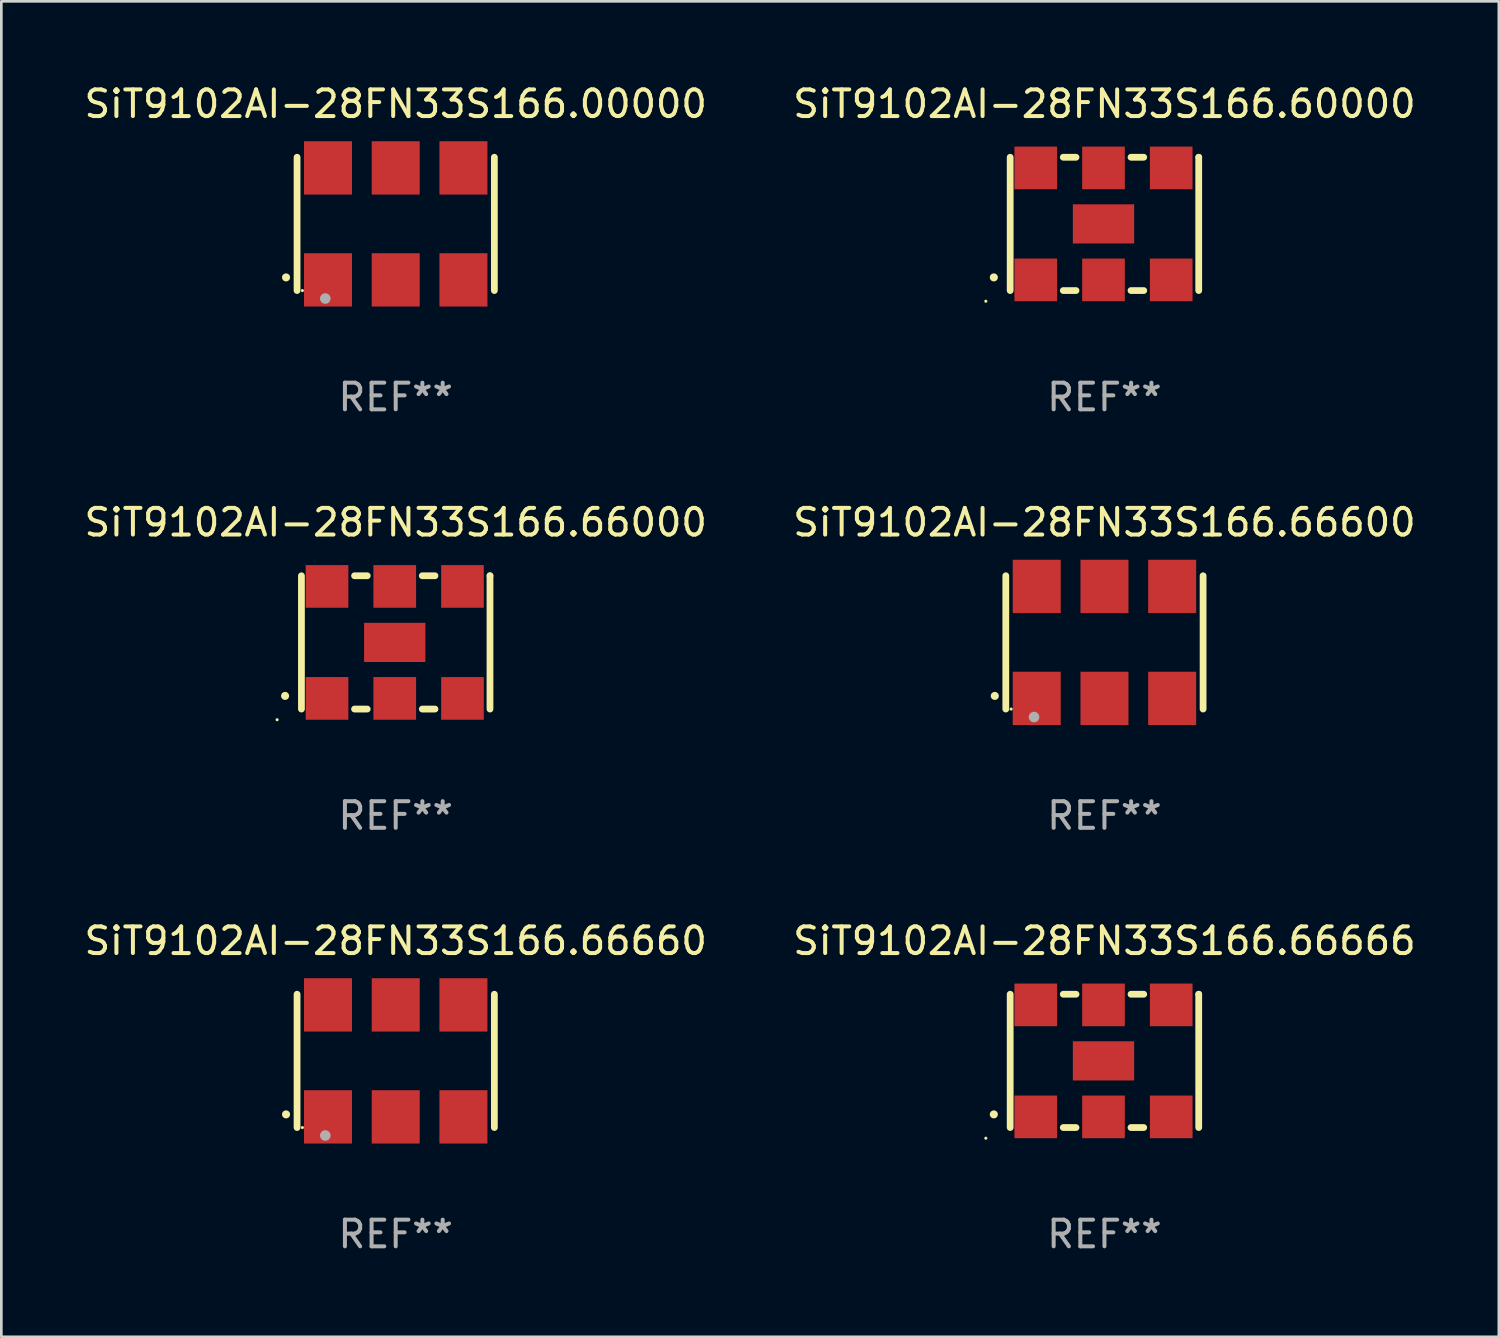
<source format=kicad_pcb>
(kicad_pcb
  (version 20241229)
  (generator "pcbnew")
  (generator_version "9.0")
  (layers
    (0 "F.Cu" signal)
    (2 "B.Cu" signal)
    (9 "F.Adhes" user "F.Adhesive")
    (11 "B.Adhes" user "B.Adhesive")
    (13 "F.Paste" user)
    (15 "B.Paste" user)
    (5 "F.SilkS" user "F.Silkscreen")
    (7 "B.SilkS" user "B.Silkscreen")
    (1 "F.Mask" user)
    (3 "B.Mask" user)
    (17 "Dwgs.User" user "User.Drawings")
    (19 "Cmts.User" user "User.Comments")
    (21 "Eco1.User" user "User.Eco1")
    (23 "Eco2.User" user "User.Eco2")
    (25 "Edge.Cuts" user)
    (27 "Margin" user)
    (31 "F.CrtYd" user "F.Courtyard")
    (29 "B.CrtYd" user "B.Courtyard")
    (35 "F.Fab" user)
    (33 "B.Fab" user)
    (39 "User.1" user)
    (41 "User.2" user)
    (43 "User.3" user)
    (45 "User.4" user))
  (footprint "SiT9102AI-28FN33S166.66600"
    (layer "F.Cu")
    (at 38.375 21.045)
    (property "Reference" "SiT9102AI-28FN33S166.66600" (at 0 -4.5 0) (layer "F.SilkS") (effects (font (size 1 1) (thickness 0.15))))
    (attr through_hole)
    (fp_line (start -3.7 -2.5) (end -3.7 2.5) (stroke (width 0.254) (type solid)) (layer "F.SilkS"))
    (fp_line (start 3.7 -2.5) (end 3.7 2.5) (stroke (width 0.254) (type solid)) (layer "F.SilkS"))
    (fp_arc (start -4.114415 2.006604) (mid -4.113145 2.006599) (end -4.111875 2.006604) (stroke (width 0.3) (type solid)) (layer "F.SilkS"))
    (fp_circle (center -3.5 2.501) (end -3.47 2.501) (stroke (width 0.06) (type solid)) (fill no) (layer "F.SilkS"))
    (fp_circle (center -2.641 2.799) (end -2.541 2.799) (stroke (width 0.2) (type solid)) (fill no) (layer "F.Fab"))
    (fp_text user "REF**" (at 0 6.5 0) (layer "F.Fab") (effects (font (size 1 1) (thickness 0.15))))
    (pad "1" smd rect (at -2.54 2.1) (size 1.8 2) (layers "F.Cu" "F.Mask" "F.Paste"))
    (pad "2" smd rect (at 0.000394 2.1) (size 1.8 2) (layers "F.Cu" "F.Mask" "F.Paste"))
    (pad "3" smd rect (at 2.54 2.1) (size 1.8 2) (layers "F.Cu" "F.Mask" "F.Paste"))
    (pad "4" smd rect (at 2.54 -2.1) (size 1.8 2) (layers "F.Cu" "F.Mask" "F.Paste"))
    (pad "5" smd rect (at 0.000394 -2.1) (size 1.8 2) (layers "F.Cu" "F.Mask" "F.Paste"))
    (pad "6" smd rect (at -2.54 -2.1) (size 1.8 2) (layers "F.Cu" "F.Mask" "F.Paste")))
  (footprint "SiT9102AI-28FN33S166.66660"
    (layer "F.Cu")
    (at 11.792 36.741)
    (property "Reference" "SiT9102AI-28FN33S166.66660" (at 0 -4.5 0) (layer "F.SilkS") (effects (font (size 1 1) (thickness 0.15))))
    (attr through_hole)
    (fp_line (start -3.7 -2.5) (end -3.7 2.5) (stroke (width 0.254) (type solid)) (layer "F.SilkS"))
    (fp_line (start 3.7 -2.5) (end 3.7 2.5) (stroke (width 0.254) (type solid)) (layer "F.SilkS"))
    (fp_arc (start -4.114415 2.006604) (mid -4.113145 2.006599) (end -4.111875 2.006604) (stroke (width 0.3) (type solid)) (layer "F.SilkS"))
    (fp_circle (center -3.5 2.501) (end -3.47 2.501) (stroke (width 0.06) (type solid)) (fill no) (layer "F.SilkS"))
    (fp_circle (center -2.641 2.799) (end -2.541 2.799) (stroke (width 0.2) (type solid)) (fill no) (layer "F.Fab"))
    (fp_text user "REF**" (at 0 6.5 0) (layer "F.Fab") (effects (font (size 1 1) (thickness 0.15))))
    (pad "1" smd rect (at -2.54 2.1) (size 1.8 2) (layers "F.Cu" "F.Mask" "F.Paste"))
    (pad "2" smd rect (at 0.000394 2.1) (size 1.8 2) (layers "F.Cu" "F.Mask" "F.Paste"))
    (pad "3" smd rect (at 2.54 2.1) (size 1.8 2) (layers "F.Cu" "F.Mask" "F.Paste"))
    (pad "4" smd rect (at 2.54 -2.1) (size 1.8 2) (layers "F.Cu" "F.Mask" "F.Paste"))
    (pad "5" smd rect (at 0.000394 -2.1) (size 1.8 2) (layers "F.Cu" "F.Mask" "F.Paste"))
    (pad "6" smd rect (at -2.54 -2.1) (size 1.8 2) (layers "F.Cu" "F.Mask" "F.Paste")))
  (footprint "SiT9102AI-28FN33S166.60000"
    (layer "F.Cu")
    (at 38.375 5.348)
    (property "Reference" "SiT9102AI-28FN33S166.60000" (at 0 -4.5 0) (layer "F.SilkS") (effects (font (size 1 1) (thickness 0.15))))
    (attr through_hole)
    (fp_line (start -3.536 -2.5) (end -3.536 2.5) (stroke (width 0.254) (type solid)) (layer "F.SilkS"))
    (fp_line (start -1.544 2.5) (end -1.067 2.5) (stroke (width 0.254) (type solid)) (layer "F.SilkS"))
    (fp_line (start -1.067 -2.5) (end -1.544 -2.5) (stroke (width 0.254) (type solid)) (layer "F.SilkS"))
    (fp_line (start 0.996 2.5) (end 1.473 2.5) (stroke (width 0.254) (type solid)) (layer "F.SilkS"))
    (fp_line (start 1.473 -2.5) (end 0.996 -2.5) (stroke (width 0.254) (type solid)) (layer "F.SilkS"))
    (fp_line (start 3.536 -2.5) (end 3.536 -2.5) (stroke (width 0.254) (type solid)) (layer "F.SilkS"))
    (fp_line (start 3.536 2.5) (end 3.536 -2.5) (stroke (width 0.254) (type solid)) (layer "F.SilkS"))
    (fp_arc (start -4.150432 2.006604) (mid -4.149162 2.006599) (end -4.147892 2.006604) (stroke (width 0.3) (type solid)) (layer "F.SilkS"))
    (fp_circle (center -4.449 2.9) (end -4.419 2.9) (stroke (width 0.06) (type solid)) (fill no) (layer "F.SilkS"))
    (fp_text user "REF**" (at 0 6.5 0) (layer "F.Fab") (effects (font (size 1 1) (thickness 0.15))))
    (pad "1" smd rect (at -2.576 2.1) (size 1.6 1.6) (layers "F.Cu" "F.Mask" "F.Paste"))
    (pad "2" smd rect (at -0.036 2.1) (size 1.6 1.6) (layers "F.Cu" "F.Mask" "F.Paste"))
    (pad "3" smd rect (at 2.504 2.1) (size 1.6 1.6) (layers "F.Cu" "F.Mask" "F.Paste"))
    (pad "4" smd rect (at 2.504 -2.1) (size 1.6 1.6) (layers "F.Cu" "F.Mask" "F.Paste"))
    (pad "5" smd rect (at -0.036 -2.1) (size 1.6 1.6) (layers "F.Cu" "F.Mask" "F.Paste"))
    (pad "6" smd rect (at -2.576 -2.1) (size 1.6 1.6) (layers "F.Cu" "F.Mask" "F.Paste"))
    (pad "7" smd rect (at -0.036 0) (size 2.3 1.47) (layers "F.Cu" "F.Mask" "F.Paste")))
  (footprint "SiT9102AI-28FN33S166.00000"
    (layer "F.Cu")
    (at 11.792 5.348)
    (property "Reference" "SiT9102AI-28FN33S166.00000" (at 0 -4.5 0) (layer "F.SilkS") (effects (font (size 1 1) (thickness 0.15))))
    (attr through_hole)
    (fp_line (start -3.7 -2.5) (end -3.7 2.5) (stroke (width 0.254) (type solid)) (layer "F.SilkS"))
    (fp_line (start 3.7 -2.5) (end 3.7 2.5) (stroke (width 0.254) (type solid)) (layer "F.SilkS"))
    (fp_arc (start -4.114415 2.006604) (mid -4.113145 2.006599) (end -4.111875 2.006604) (stroke (width 0.3) (type solid)) (layer "F.SilkS"))
    (fp_circle (center -3.5 2.501) (end -3.47 2.501) (stroke (width 0.06) (type solid)) (fill no) (layer "F.SilkS"))
    (fp_circle (center -2.641 2.799) (end -2.541 2.799) (stroke (width 0.2) (type solid)) (fill no) (layer "F.Fab"))
    (fp_text user "REF**" (at 0 6.5 0) (layer "F.Fab") (effects (font (size 1 1) (thickness 0.15))))
    (pad "1" smd rect (at -2.54 2.1) (size 1.8 2) (layers "F.Cu" "F.Mask" "F.Paste"))
    (pad "2" smd rect (at 0.000394 2.1) (size 1.8 2) (layers "F.Cu" "F.Mask" "F.Paste"))
    (pad "3" smd rect (at 2.54 2.1) (size 1.8 2) (layers "F.Cu" "F.Mask" "F.Paste"))
    (pad "4" smd rect (at 2.54 -2.1) (size 1.8 2) (layers "F.Cu" "F.Mask" "F.Paste"))
    (pad "5" smd rect (at 0.000394 -2.1) (size 1.8 2) (layers "F.Cu" "F.Mask" "F.Paste"))
    (pad "6" smd rect (at -2.54 -2.1) (size 1.8 2) (layers "F.Cu" "F.Mask" "F.Paste")))
  (footprint "SiT9102AI-28FN33S166.66666"
    (layer "F.Cu")
    (at 38.375 36.741)
    (property "Reference" "SiT9102AI-28FN33S166.66666" (at 0 -4.5 0) (layer "F.SilkS") (effects (font (size 1 1) (thickness 0.15))))
    (attr through_hole)
    (fp_line (start -3.536 -2.5) (end -3.536 2.5) (stroke (width 0.254) (type solid)) (layer "F.SilkS"))
    (fp_line (start -1.544 2.5) (end -1.067 2.5) (stroke (width 0.254) (type solid)) (layer "F.SilkS"))
    (fp_line (start -1.067 -2.5) (end -1.544 -2.5) (stroke (width 0.254) (type solid)) (layer "F.SilkS"))
    (fp_line (start 0.996 2.5) (end 1.473 2.5) (stroke (width 0.254) (type solid)) (layer "F.SilkS"))
    (fp_line (start 1.473 -2.5) (end 0.996 -2.5) (stroke (width 0.254) (type solid)) (layer "F.SilkS"))
    (fp_line (start 3.536 -2.5) (end 3.536 -2.5) (stroke (width 0.254) (type solid)) (layer "F.SilkS"))
    (fp_line (start 3.536 2.5) (end 3.536 -2.5) (stroke (width 0.254) (type solid)) (layer "F.SilkS"))
    (fp_arc (start -4.150432 2.006604) (mid -4.149162 2.006599) (end -4.147892 2.006604) (stroke (width 0.3) (type solid)) (layer "F.SilkS"))
    (fp_circle (center -4.449 2.9) (end -4.419 2.9) (stroke (width 0.06) (type solid)) (fill no) (layer "F.SilkS"))
    (fp_text user "REF**" (at 0 6.5 0) (layer "F.Fab") (effects (font (size 1 1) (thickness 0.15))))
    (pad "1" smd rect (at -2.576 2.1) (size 1.6 1.6) (layers "F.Cu" "F.Mask" "F.Paste"))
    (pad "2" smd rect (at -0.036 2.1) (size 1.6 1.6) (layers "F.Cu" "F.Mask" "F.Paste"))
    (pad "3" smd rect (at 2.504 2.1) (size 1.6 1.6) (layers "F.Cu" "F.Mask" "F.Paste"))
    (pad "4" smd rect (at 2.504 -2.1) (size 1.6 1.6) (layers "F.Cu" "F.Mask" "F.Paste"))
    (pad "5" smd rect (at -0.036 -2.1) (size 1.6 1.6) (layers "F.Cu" "F.Mask" "F.Paste"))
    (pad "6" smd rect (at -2.576 -2.1) (size 1.6 1.6) (layers "F.Cu" "F.Mask" "F.Paste"))
    (pad "7" smd rect (at -0.036 0) (size 2.3 1.47) (layers "F.Cu" "F.Mask" "F.Paste")))
  (footprint "SiT9102AI-28FN33S166.66000"
    (layer "F.Cu")
    (at 11.792 21.045)
    (property "Reference" "SiT9102AI-28FN33S166.66000" (at 0 -4.5 0) (layer "F.SilkS") (effects (font (size 1 1) (thickness 0.15))))
    (attr through_hole)
    (fp_line (start -3.536 -2.5) (end -3.536 2.5) (stroke (width 0.254) (type solid)) (layer "F.SilkS"))
    (fp_line (start -1.544 2.5) (end -1.067 2.5) (stroke (width 0.254) (type solid)) (layer "F.SilkS"))
    (fp_line (start -1.067 -2.5) (end -1.544 -2.5) (stroke (width 0.254) (type solid)) (layer "F.SilkS"))
    (fp_line (start 0.996 2.5) (end 1.473 2.5) (stroke (width 0.254) (type solid)) (layer "F.SilkS"))
    (fp_line (start 1.473 -2.5) (end 0.996 -2.5) (stroke (width 0.254) (type solid)) (layer "F.SilkS"))
    (fp_line (start 3.536 -2.5) (end 3.536 -2.5) (stroke (width 0.254) (type solid)) (layer "F.SilkS"))
    (fp_line (start 3.536 2.5) (end 3.536 -2.5) (stroke (width 0.254) (type solid)) (layer "F.SilkS"))
    (fp_arc (start -4.150432 2.006604) (mid -4.149162 2.006599) (end -4.147892 2.006604) (stroke (width 0.3) (type solid)) (layer "F.SilkS"))
    (fp_circle (center -4.449 2.9) (end -4.419 2.9) (stroke (width 0.06) (type solid)) (fill no) (layer "F.SilkS"))
    (fp_text user "REF**" (at 0 6.5 0) (layer "F.Fab") (effects (font (size 1 1) (thickness 0.15))))
    (pad "1" smd rect (at -2.576 2.1) (size 1.6 1.6) (layers "F.Cu" "F.Mask" "F.Paste"))
    (pad "2" smd rect (at -0.036 2.1) (size 1.6 1.6) (layers "F.Cu" "F.Mask" "F.Paste"))
    (pad "3" smd rect (at 2.504 2.1) (size 1.6 1.6) (layers "F.Cu" "F.Mask" "F.Paste"))
    (pad "4" smd rect (at 2.504 -2.1) (size 1.6 1.6) (layers "F.Cu" "F.Mask" "F.Paste"))
    (pad "5" smd rect (at -0.036 -2.1) (size 1.6 1.6) (layers "F.Cu" "F.Mask" "F.Paste"))
    (pad "6" smd rect (at -2.576 -2.1) (size 1.6 1.6) (layers "F.Cu" "F.Mask" "F.Paste"))
    (pad "7" smd rect (at -0.036 0) (size 2.3 1.47) (layers "F.Cu" "F.Mask" "F.Paste")))
  (gr_rect
    (start -3 -3)
    (end 53.167 47.09)
    (stroke (width 0.1) (type default))
    (fill no)
    (layer "Edge.Cuts")))
</source>
